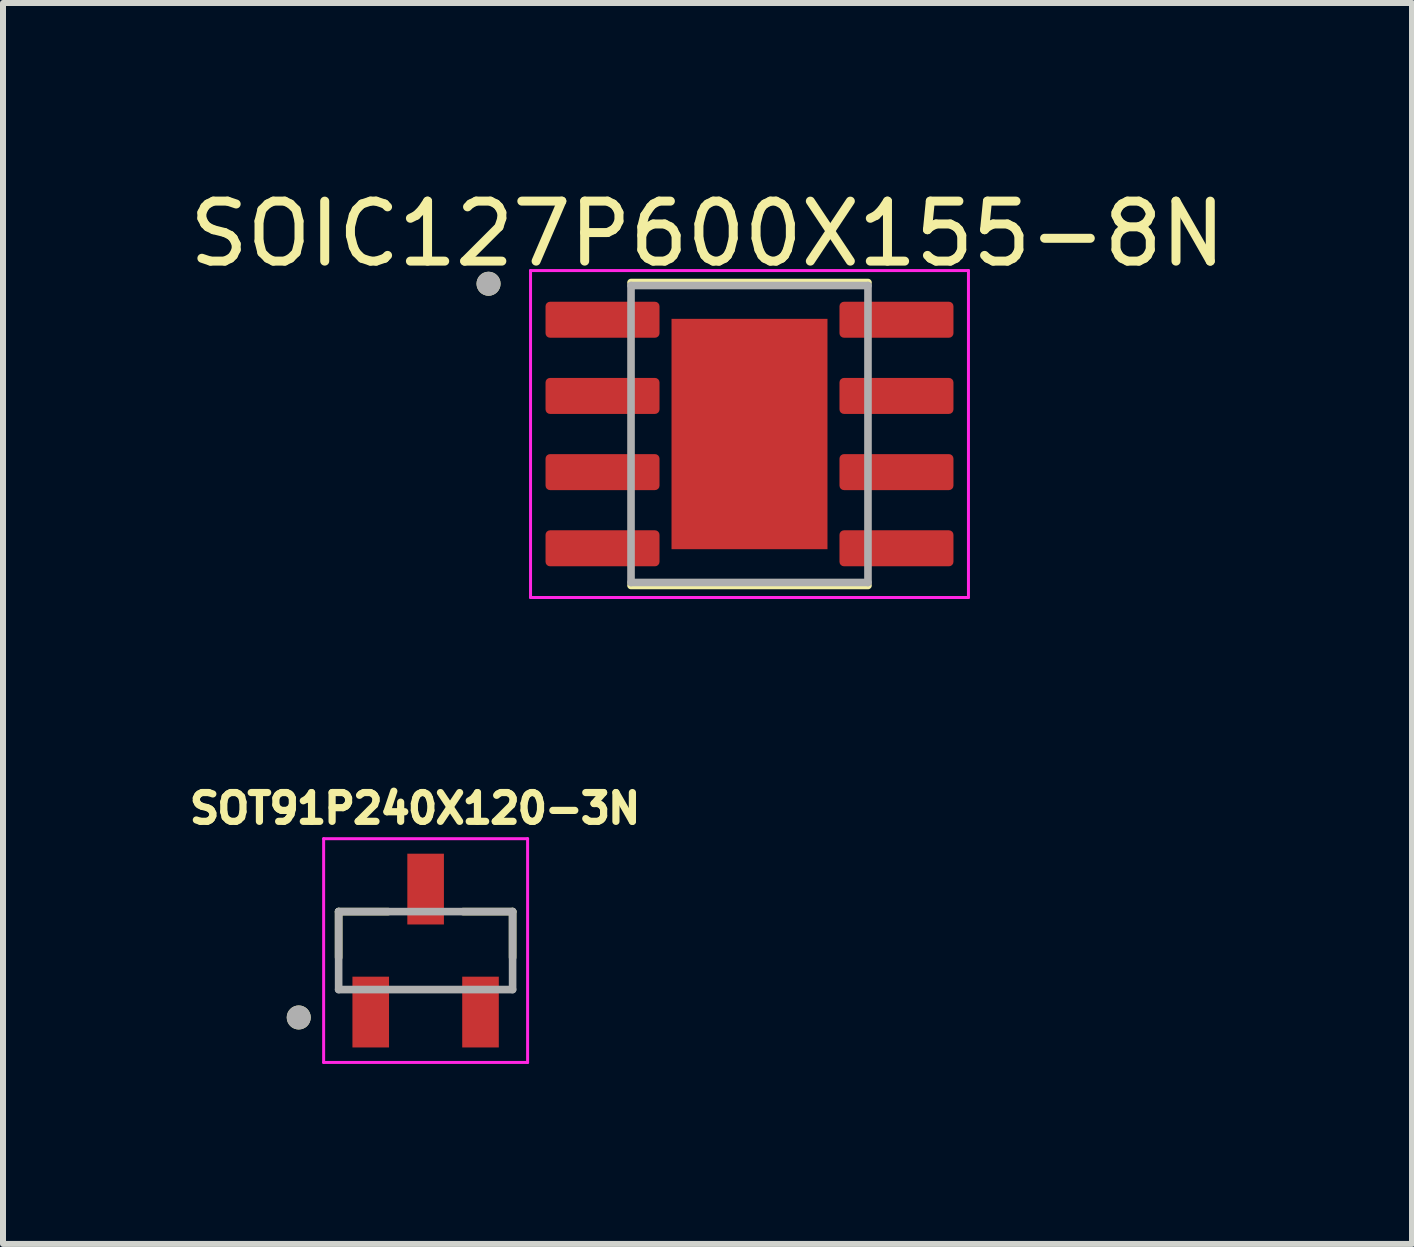
<source format=kicad_pcb>
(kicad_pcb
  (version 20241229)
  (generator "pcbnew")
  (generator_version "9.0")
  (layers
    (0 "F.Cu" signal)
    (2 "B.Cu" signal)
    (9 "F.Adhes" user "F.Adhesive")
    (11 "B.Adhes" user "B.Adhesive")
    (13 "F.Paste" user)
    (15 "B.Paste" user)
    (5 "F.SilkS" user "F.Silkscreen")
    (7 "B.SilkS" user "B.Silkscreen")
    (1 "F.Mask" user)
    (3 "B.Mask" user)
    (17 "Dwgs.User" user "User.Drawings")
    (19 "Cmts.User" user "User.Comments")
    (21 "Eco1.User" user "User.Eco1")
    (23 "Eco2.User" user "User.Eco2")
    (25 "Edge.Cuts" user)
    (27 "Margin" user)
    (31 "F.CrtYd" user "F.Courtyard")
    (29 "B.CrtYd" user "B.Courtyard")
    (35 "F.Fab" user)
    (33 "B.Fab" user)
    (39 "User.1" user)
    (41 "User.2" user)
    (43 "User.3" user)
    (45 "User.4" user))
  (footprint "SOIC127P600X155-8N"
    (layer "F.Cu")
    (at 9.444 4.185)
    (property "Reference" "SOIC127P600X155-8N" (at -0.7 -3.337 0) (layer "F.SilkS") (effects (font (size 1 1) (thickness 0.15))))
    (attr smd)
    (fp_line (start -1.975 -2.525) (end 1.975 -2.525) (stroke (width 0.127) (type solid)) (layer "F.SilkS"))
    (fp_line (start -1.975 2.525) (end 1.975 2.525) (stroke (width 0.127) (type solid)) (layer "F.SilkS"))
    (fp_circle (center -4.35 -2.505) (end -4.25 -2.505) (stroke (width 0.2) (type solid)) (fill no) (layer "F.SilkS"))
    (fp_poly (pts (xy -0.65 -0.96) (xy 0.65 -0.96) (xy 0.65 0.96) (xy -0.65 0.96)) (stroke (width 0.01) (type solid)) (fill yes) (layer "F.Paste"))
    (fp_line (start -3.65 -2.725) (end -3.65 2.725) (stroke (width 0.05) (type solid)) (layer "F.CrtYd"))
    (fp_line (start -3.65 -2.725) (end 3.65 -2.725) (stroke (width 0.05) (type solid)) (layer "F.CrtYd"))
    (fp_line (start -3.65 2.725) (end 3.65 2.725) (stroke (width 0.05) (type solid)) (layer "F.CrtYd"))
    (fp_line (start 3.65 -2.725) (end 3.65 2.725) (stroke (width 0.05) (type solid)) (layer "F.CrtYd"))
    (fp_line (start -1.975 -2.475) (end -1.975 2.475) (stroke (width 0.127) (type solid)) (layer "F.Fab"))
    (fp_line (start -1.975 -2.475) (end 1.975 -2.475) (stroke (width 0.127) (type solid)) (layer "F.Fab"))
    (fp_line (start -1.975 2.475) (end 1.975 2.475) (stroke (width 0.127) (type solid)) (layer "F.Fab"))
    (fp_line (start 1.975 -2.475) (end 1.975 2.475) (stroke (width 0.127) (type solid)) (layer "F.Fab"))
    (fp_circle (center -4.35 -2.505) (end -4.25 -2.505) (stroke (width 0.2) (type solid)) (fill no) (layer "F.Fab"))
    (pad "1" smd roundrect (at -2.45 -1.905) (size 1.9 0.6) (layers "F.Cu" "F.Mask" "F.Paste") (roundrect_rratio 0.125))
    (pad "2" smd roundrect (at -2.45 -0.635) (size 1.9 0.6) (layers "F.Cu" "F.Mask" "F.Paste") (roundrect_rratio 0.125))
    (pad "3" smd roundrect (at -2.45 0.635) (size 1.9 0.6) (layers "F.Cu" "F.Mask" "F.Paste") (roundrect_rratio 0.125))
    (pad "4" smd roundrect (at -2.45 1.905) (size 1.9 0.6) (layers "F.Cu" "F.Mask" "F.Paste") (roundrect_rratio 0.125))
    (pad "5" smd roundrect (at 2.45 1.905) (size 1.9 0.6) (layers "F.Cu" "F.Mask" "F.Paste") (roundrect_rratio 0.125))
    (pad "6" smd roundrect (at 2.45 0.635) (size 1.9 0.6) (layers "F.Cu" "F.Mask" "F.Paste") (roundrect_rratio 0.125))
    (pad "7" smd roundrect (at 2.45 -0.635) (size 1.9 0.6) (layers "F.Cu" "F.Mask" "F.Paste") (roundrect_rratio 0.125))
    (pad "8" smd roundrect (at 2.45 -1.905) (size 1.9 0.6) (layers "F.Cu" "F.Mask" "F.Paste") (roundrect_rratio 0.125))
    (pad "9" smd rect (at 0 0) (size 2.6 3.84) (layers "F.Cu" "F.Mask")))
  (footprint "SOT91P240X120-3N"
    (layer "F.Cu")
    (at 4.045 12.796)
    (property "Reference" "SOT91P240X120-3N" (at -0.176 -2.37 0) (layer "F.SilkS") (effects (font (size 0.48 0.48) (thickness 0.15))))
    (attr smd)
    (fp_line (start -1.45 -0.65) (end -0.625 -0.65) (stroke (width 0.127) (type solid)) (layer "F.SilkS"))
    (fp_line (start -1.45 0.115) (end -1.45 -0.65) (stroke (width 0.127) (type solid)) (layer "F.SilkS"))
    (fp_line (start 0.625 -0.65) (end 1.45 -0.65) (stroke (width 0.127) (type solid)) (layer "F.SilkS"))
    (fp_line (start 1.45 -0.65) (end 1.45 0.115) (stroke (width 0.127) (type solid)) (layer "F.SilkS"))
    (fp_circle (center -2.115 1.115) (end -2.015 1.115) (stroke (width 0.2) (type solid)) (fill no) (layer "F.SilkS"))
    (fp_line (start -1.7 -1.865) (end -1.7 1.865) (stroke (width 0.05) (type solid)) (layer "F.CrtYd"))
    (fp_line (start -1.7 1.865) (end 1.7 1.865) (stroke (width 0.05) (type solid)) (layer "F.CrtYd"))
    (fp_line (start 1.7 -1.865) (end -1.7 -1.865) (stroke (width 0.05) (type solid)) (layer "F.CrtYd"))
    (fp_line (start 1.7 1.865) (end 1.7 -1.865) (stroke (width 0.05) (type solid)) (layer "F.CrtYd"))
    (fp_line (start -1.45 -0.65) (end 1.45 -0.65) (stroke (width 0.127) (type solid)) (layer "F.Fab"))
    (fp_line (start -1.45 0.65) (end -1.45 -0.65) (stroke (width 0.127) (type solid)) (layer "F.Fab"))
    (fp_line (start 1.45 -0.65) (end 1.45 0.65) (stroke (width 0.127) (type solid)) (layer "F.Fab"))
    (fp_line (start 1.45 0.65) (end -1.45 0.65) (stroke (width 0.127) (type solid)) (layer "F.Fab"))
    (fp_circle (center -2.115 1.115) (end -2.015 1.115) (stroke (width 0.2) (type solid)) (fill no) (layer "F.Fab"))
    (pad "1" smd rect (at -0.915 1.025) (size 0.61 1.18) (layers "F.Cu" "F.Mask" "F.Paste"))
    (pad "2" smd rect (at 0.915 1.025) (size 0.61 1.18) (layers "F.Cu" "F.Mask" "F.Paste"))
    (pad "3" smd rect (at 0 -1.025) (size 0.61 1.18) (layers "F.Cu" "F.Mask" "F.Paste")))
  (gr_rect
    (start -3 -3)
    (end 20.488 17.686)
    (stroke (width 0.1) (type default))
    (fill no)
    (layer "Edge.Cuts")))
</source>
